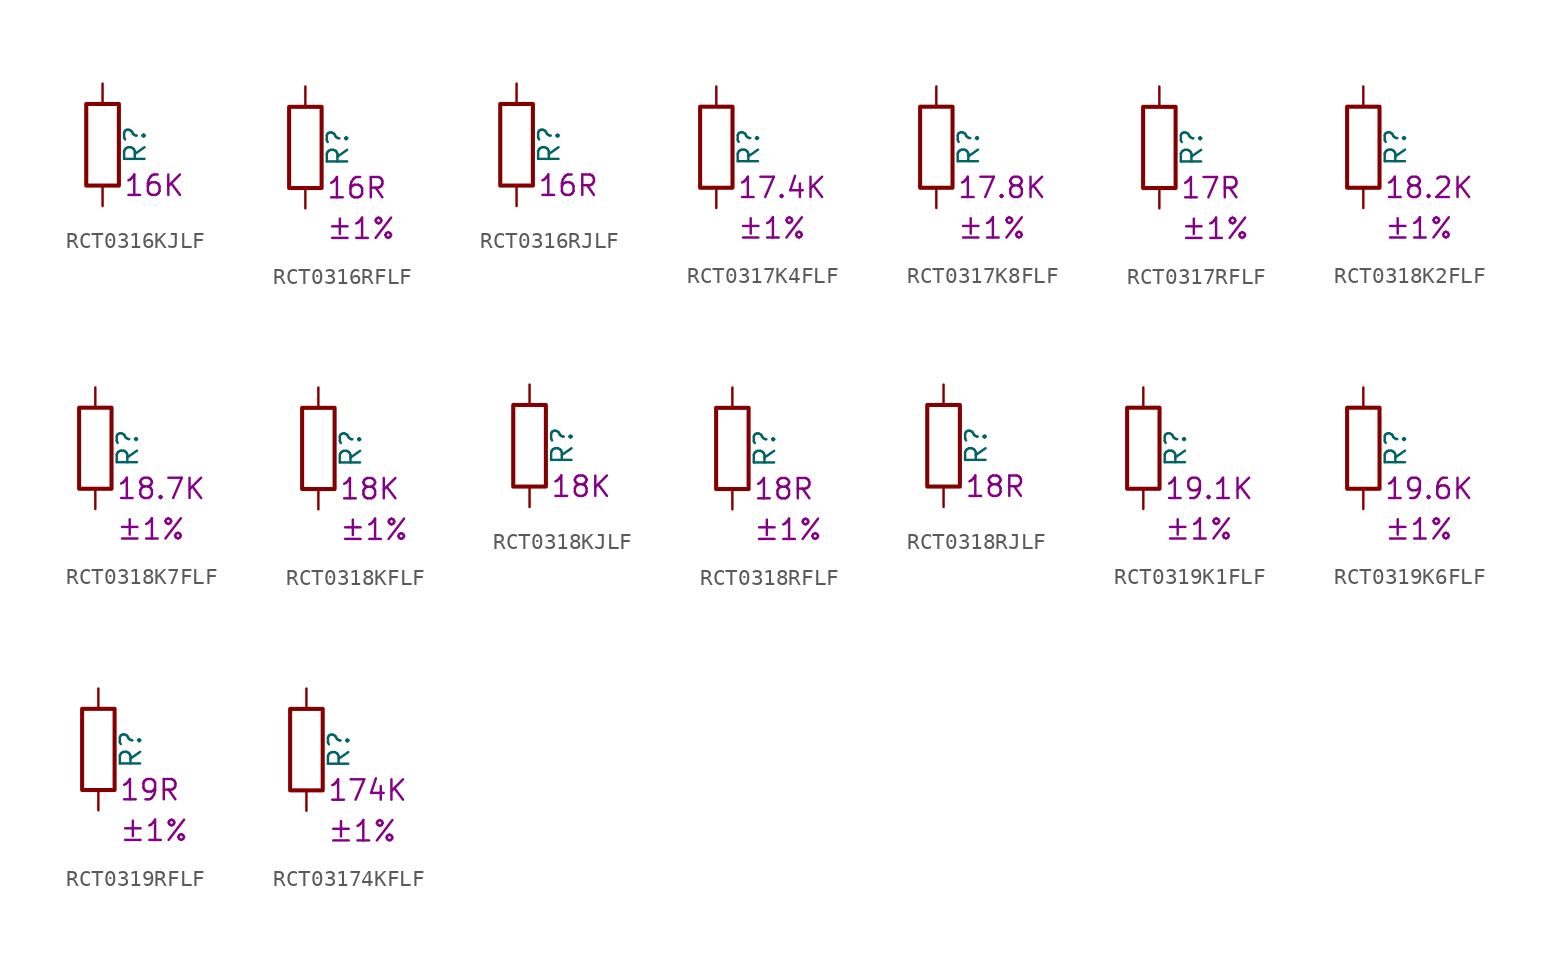
<source format=kicad_sym>
(kicad_symbol_lib
  (version 20220914)
  (generator kicad_symbol_editor)
  (symbol "RCT0316KJLF"
    (pin_numbers hide)
    (pin_names
      (offset 0))
    (property "Reference" "R"
      (at 2.032 0 90)
      (effects (font (size 1.27 1.27))))
    (property "Resistance" "16K"
      (at 1.27 -2.54 0)
      (effects (font (size 1.27 1.27)) (justify left)))
    (symbol "RCT0316KJLF_0_1"
      (rectangle (start -1.016 -2.54) (end 1.016 2.54) (stroke (width 0.254) (type default)) (fill (type none))))
    (symbol "RCT0316KJLF_1_1"
      (pin passive line (at 0 3.81 270) (length 1.27) (name "~" (effects (font (size 1.27 1.27)))) (number "1" (effects (font (size 1.27 1.27)))))
      (pin passive line (at 0 -3.81 90) (length 1.27) (name "~" (effects (font (size 1.27 1.27)))) (number "2" (effects (font (size 1.27 1.27)))))))
  (symbol "RCT0316RFLF"
    (pin_numbers hide)
    (pin_names
      (offset 0))
    (property "Reference" "R"
      (at 2.032 0 90)
      (effects (font (size 1.27 1.27))))
    (property "Resistance" "16R"
      (at 1.27 -2.54 0)
      (effects (font (size 1.27 1.27)) (justify left)))
    (property "Tolerance" "±1%"
      (at 1.27 -5.08 0)
      (effects (font (size 1.27 1.27)) (justify left)))
    (symbol "RCT0316RFLF_0_1"
      (rectangle (start -1.016 -2.54) (end 1.016 2.54) (stroke (width 0.254) (type default)) (fill (type none))))
    (symbol "RCT0316RFLF_1_1"
      (pin passive line (at 0 3.81 270) (length 1.27) (name "~" (effects (font (size 1.27 1.27)))) (number "1" (effects (font (size 1.27 1.27)))))
      (pin passive line (at 0 -3.81 90) (length 1.27) (name "~" (effects (font (size 1.27 1.27)))) (number "2" (effects (font (size 1.27 1.27)))))))
  (symbol "RCT0316RJLF"
    (pin_numbers hide)
    (pin_names
      (offset 0))
    (property "Reference" "R"
      (at 2.032 0 90)
      (effects (font (size 1.27 1.27))))
    (property "Resistance" "16R"
      (at 1.27 -2.54 0)
      (effects (font (size 1.27 1.27)) (justify left)))
    (symbol "RCT0316RJLF_0_1"
      (rectangle (start -1.016 -2.54) (end 1.016 2.54) (stroke (width 0.254) (type default)) (fill (type none))))
    (symbol "RCT0316RJLF_1_1"
      (pin passive line (at 0 3.81 270) (length 1.27) (name "~" (effects (font (size 1.27 1.27)))) (number "1" (effects (font (size 1.27 1.27)))))
      (pin passive line (at 0 -3.81 90) (length 1.27) (name "~" (effects (font (size 1.27 1.27)))) (number "2" (effects (font (size 1.27 1.27)))))))
  (symbol "RCT0317K4FLF"
    (pin_numbers hide)
    (pin_names
      (offset 0))
    (property "Reference" "R"
      (at 2.032 0 90)
      (effects (font (size 1.27 1.27))))
    (property "Resistance" "17.4K"
      (at 1.27 -2.54 0)
      (effects (font (size 1.27 1.27)) (justify left)))
    (property "Tolerance" "±1%"
      (at 1.27 -5.08 0)
      (effects (font (size 1.27 1.27)) (justify left)))
    (symbol "RCT0317K4FLF_0_1"
      (rectangle (start -1.016 -2.54) (end 1.016 2.54) (stroke (width 0.254) (type default)) (fill (type none))))
    (symbol "RCT0317K4FLF_1_1"
      (pin passive line (at 0 3.81 270) (length 1.27) (name "~" (effects (font (size 1.27 1.27)))) (number "1" (effects (font (size 1.27 1.27)))))
      (pin passive line (at 0 -3.81 90) (length 1.27) (name "~" (effects (font (size 1.27 1.27)))) (number "2" (effects (font (size 1.27 1.27)))))))
  (symbol "RCT0317K8FLF"
    (pin_numbers hide)
    (pin_names
      (offset 0))
    (property "Reference" "R"
      (at 2.032 0 90)
      (effects (font (size 1.27 1.27))))
    (property "Resistance" "17.8K"
      (at 1.27 -2.54 0)
      (effects (font (size 1.27 1.27)) (justify left)))
    (property "Tolerance" "±1%"
      (at 1.27 -5.08 0)
      (effects (font (size 1.27 1.27)) (justify left)))
    (symbol "RCT0317K8FLF_0_1"
      (rectangle (start -1.016 -2.54) (end 1.016 2.54) (stroke (width 0.254) (type default)) (fill (type none))))
    (symbol "RCT0317K8FLF_1_1"
      (pin passive line (at 0 3.81 270) (length 1.27) (name "~" (effects (font (size 1.27 1.27)))) (number "1" (effects (font (size 1.27 1.27)))))
      (pin passive line (at 0 -3.81 90) (length 1.27) (name "~" (effects (font (size 1.27 1.27)))) (number "2" (effects (font (size 1.27 1.27)))))))
  (symbol "RCT0317RFLF"
    (pin_numbers hide)
    (pin_names
      (offset 0))
    (property "Reference" "R"
      (at 2.032 0 90)
      (effects (font (size 1.27 1.27))))
    (property "Resistance" "17R"
      (at 1.27 -2.54 0)
      (effects (font (size 1.27 1.27)) (justify left)))
    (property "Tolerance" "±1%"
      (at 1.27 -5.08 0)
      (effects (font (size 1.27 1.27)) (justify left)))
    (symbol "RCT0317RFLF_0_1"
      (rectangle (start -1.016 -2.54) (end 1.016 2.54) (stroke (width 0.254) (type default)) (fill (type none))))
    (symbol "RCT0317RFLF_1_1"
      (pin passive line (at 0 3.81 270) (length 1.27) (name "~" (effects (font (size 1.27 1.27)))) (number "1" (effects (font (size 1.27 1.27)))))
      (pin passive line (at 0 -3.81 90) (length 1.27) (name "~" (effects (font (size 1.27 1.27)))) (number "2" (effects (font (size 1.27 1.27)))))))
  (symbol "RCT0318K2FLF"
    (pin_numbers hide)
    (pin_names
      (offset 0))
    (property "Reference" "R"
      (at 2.032 0 90)
      (effects (font (size 1.27 1.27))))
    (property "Resistance" "18.2K"
      (at 1.27 -2.54 0)
      (effects (font (size 1.27 1.27)) (justify left)))
    (property "Tolerance" "±1%"
      (at 1.27 -5.08 0)
      (effects (font (size 1.27 1.27)) (justify left)))
    (symbol "RCT0318K2FLF_0_1"
      (rectangle (start -1.016 -2.54) (end 1.016 2.54) (stroke (width 0.254) (type default)) (fill (type none))))
    (symbol "RCT0318K2FLF_1_1"
      (pin passive line (at 0 3.81 270) (length 1.27) (name "~" (effects (font (size 1.27 1.27)))) (number "1" (effects (font (size 1.27 1.27)))))
      (pin passive line (at 0 -3.81 90) (length 1.27) (name "~" (effects (font (size 1.27 1.27)))) (number "2" (effects (font (size 1.27 1.27)))))))
  (symbol "RCT0318K7FLF"
    (pin_numbers hide)
    (pin_names
      (offset 0))
    (property "Reference" "R"
      (at 2.032 0 90)
      (effects (font (size 1.27 1.27))))
    (property "Resistance" "18.7K"
      (at 1.27 -2.54 0)
      (effects (font (size 1.27 1.27)) (justify left)))
    (property "Tolerance" "±1%"
      (at 1.27 -5.08 0)
      (effects (font (size 1.27 1.27)) (justify left)))
    (symbol "RCT0318K7FLF_0_1"
      (rectangle (start -1.016 -2.54) (end 1.016 2.54) (stroke (width 0.254) (type default)) (fill (type none))))
    (symbol "RCT0318K7FLF_1_1"
      (pin passive line (at 0 3.81 270) (length 1.27) (name "~" (effects (font (size 1.27 1.27)))) (number "1" (effects (font (size 1.27 1.27)))))
      (pin passive line (at 0 -3.81 90) (length 1.27) (name "~" (effects (font (size 1.27 1.27)))) (number "2" (effects (font (size 1.27 1.27)))))))
  (symbol "RCT0318KFLF"
    (pin_numbers hide)
    (pin_names
      (offset 0))
    (property "Reference" "R"
      (at 2.032 0 90)
      (effects (font (size 1.27 1.27))))
    (property "Resistance" "18K"
      (at 1.27 -2.54 0)
      (effects (font (size 1.27 1.27)) (justify left)))
    (property "Tolerance" "±1%"
      (at 1.27 -5.08 0)
      (effects (font (size 1.27 1.27)) (justify left)))
    (symbol "RCT0318KFLF_0_1"
      (rectangle (start -1.016 -2.54) (end 1.016 2.54) (stroke (width 0.254) (type default)) (fill (type none))))
    (symbol "RCT0318KFLF_1_1"
      (pin passive line (at 0 3.81 270) (length 1.27) (name "~" (effects (font (size 1.27 1.27)))) (number "1" (effects (font (size 1.27 1.27)))))
      (pin passive line (at 0 -3.81 90) (length 1.27) (name "~" (effects (font (size 1.27 1.27)))) (number "2" (effects (font (size 1.27 1.27)))))))
  (symbol "RCT0318KJLF"
    (pin_numbers hide)
    (pin_names
      (offset 0))
    (property "Reference" "R"
      (at 2.032 0 90)
      (effects (font (size 1.27 1.27))))
    (property "Resistance" "18K"
      (at 1.27 -2.54 0)
      (effects (font (size 1.27 1.27)) (justify left)))
    (symbol "RCT0318KJLF_0_1"
      (rectangle (start -1.016 -2.54) (end 1.016 2.54) (stroke (width 0.254) (type default)) (fill (type none))))
    (symbol "RCT0318KJLF_1_1"
      (pin passive line (at 0 3.81 270) (length 1.27) (name "~" (effects (font (size 1.27 1.27)))) (number "1" (effects (font (size 1.27 1.27)))))
      (pin passive line (at 0 -3.81 90) (length 1.27) (name "~" (effects (font (size 1.27 1.27)))) (number "2" (effects (font (size 1.27 1.27)))))))
  (symbol "RCT0318RFLF"
    (pin_numbers hide)
    (pin_names
      (offset 0))
    (property "Reference" "R"
      (at 2.032 0 90)
      (effects (font (size 1.27 1.27))))
    (property "Resistance" "18R"
      (at 1.27 -2.54 0)
      (effects (font (size 1.27 1.27)) (justify left)))
    (property "Tolerance" "±1%"
      (at 1.27 -5.08 0)
      (effects (font (size 1.27 1.27)) (justify left)))
    (symbol "RCT0318RFLF_0_1"
      (rectangle (start -1.016 -2.54) (end 1.016 2.54) (stroke (width 0.254) (type default)) (fill (type none))))
    (symbol "RCT0318RFLF_1_1"
      (pin passive line (at 0 3.81 270) (length 1.27) (name "~" (effects (font (size 1.27 1.27)))) (number "1" (effects (font (size 1.27 1.27)))))
      (pin passive line (at 0 -3.81 90) (length 1.27) (name "~" (effects (font (size 1.27 1.27)))) (number "2" (effects (font (size 1.27 1.27)))))))
  (symbol "RCT0318RJLF"
    (pin_numbers hide)
    (pin_names
      (offset 0))
    (property "Reference" "R"
      (at 2.032 0 90)
      (effects (font (size 1.27 1.27))))
    (property "Resistance" "18R"
      (at 1.27 -2.54 0)
      (effects (font (size 1.27 1.27)) (justify left)))
    (symbol "RCT0318RJLF_0_1"
      (rectangle (start -1.016 -2.54) (end 1.016 2.54) (stroke (width 0.254) (type default)) (fill (type none))))
    (symbol "RCT0318RJLF_1_1"
      (pin passive line (at 0 3.81 270) (length 1.27) (name "~" (effects (font (size 1.27 1.27)))) (number "1" (effects (font (size 1.27 1.27)))))
      (pin passive line (at 0 -3.81 90) (length 1.27) (name "~" (effects (font (size 1.27 1.27)))) (number "2" (effects (font (size 1.27 1.27)))))))
  (symbol "RCT0319K1FLF"
    (pin_numbers hide)
    (pin_names
      (offset 0))
    (property "Reference" "R"
      (at 2.032 0 90)
      (effects (font (size 1.27 1.27))))
    (property "Resistance" "19.1K"
      (at 1.27 -2.54 0)
      (effects (font (size 1.27 1.27)) (justify left)))
    (property "Tolerance" "±1%"
      (at 1.27 -5.08 0)
      (effects (font (size 1.27 1.27)) (justify left)))
    (symbol "RCT0319K1FLF_0_1"
      (rectangle (start -1.016 -2.54) (end 1.016 2.54) (stroke (width 0.254) (type default)) (fill (type none))))
    (symbol "RCT0319K1FLF_1_1"
      (pin passive line (at 0 3.81 270) (length 1.27) (name "~" (effects (font (size 1.27 1.27)))) (number "1" (effects (font (size 1.27 1.27)))))
      (pin passive line (at 0 -3.81 90) (length 1.27) (name "~" (effects (font (size 1.27 1.27)))) (number "2" (effects (font (size 1.27 1.27)))))))
  (symbol "RCT0319K6FLF"
    (pin_numbers hide)
    (pin_names
      (offset 0))
    (property "Reference" "R"
      (at 2.032 0 90)
      (effects (font (size 1.27 1.27))))
    (property "Resistance" "19.6K"
      (at 1.27 -2.54 0)
      (effects (font (size 1.27 1.27)) (justify left)))
    (property "Tolerance" "±1%"
      (at 1.27 -5.08 0)
      (effects (font (size 1.27 1.27)) (justify left)))
    (symbol "RCT0319K6FLF_0_1"
      (rectangle (start -1.016 -2.54) (end 1.016 2.54) (stroke (width 0.254) (type default)) (fill (type none))))
    (symbol "RCT0319K6FLF_1_1"
      (pin passive line (at 0 3.81 270) (length 1.27) (name "~" (effects (font (size 1.27 1.27)))) (number "1" (effects (font (size 1.27 1.27)))))
      (pin passive line (at 0 -3.81 90) (length 1.27) (name "~" (effects (font (size 1.27 1.27)))) (number "2" (effects (font (size 1.27 1.27)))))))
  (symbol "RCT0319RFLF"
    (pin_numbers hide)
    (pin_names
      (offset 0))
    (property "Reference" "R"
      (at 2.032 0 90)
      (effects (font (size 1.27 1.27))))
    (property "Resistance" "19R"
      (at 1.27 -2.54 0)
      (effects (font (size 1.27 1.27)) (justify left)))
    (property "Tolerance" "±1%"
      (at 1.27 -5.08 0)
      (effects (font (size 1.27 1.27)) (justify left)))
    (symbol "RCT0319RFLF_0_1"
      (rectangle (start -1.016 -2.54) (end 1.016 2.54) (stroke (width 0.254) (type default)) (fill (type none))))
    (symbol "RCT0319RFLF_1_1"
      (pin passive line (at 0 3.81 270) (length 1.27) (name "~" (effects (font (size 1.27 1.27)))) (number "1" (effects (font (size 1.27 1.27)))))
      (pin passive line (at 0 -3.81 90) (length 1.27) (name "~" (effects (font (size 1.27 1.27)))) (number "2" (effects (font (size 1.27 1.27)))))))
  (symbol "RCT03174KFLF"
    (pin_numbers hide)
    (pin_names
      (offset 0))
    (property "Reference" "R"
      (at 2.032 0 90)
      (effects (font (size 1.27 1.27))))
    (property "Resistance" "174K"
      (at 1.27 -2.54 0)
      (effects (font (size 1.27 1.27)) (justify left)))
    (property "Tolerance" "±1%"
      (at 1.27 -5.08 0)
      (effects (font (size 1.27 1.27)) (justify left)))
    (symbol "RCT03174KFLF_0_1"
      (rectangle (start -1.016 -2.54) (end 1.016 2.54) (stroke (width 0.254) (type default)) (fill (type none))))
    (symbol "RCT03174KFLF_1_1"
      (pin passive line (at 0 3.81 270) (length 1.27) (name "~" (effects (font (size 1.27 1.27)))) (number "1" (effects (font (size 1.27 1.27)))))
      (pin passive line (at 0 -3.81 90) (length 1.27) (name "~" (effects (font (size 1.27 1.27)))) (number "2" (effects (font (size 1.27 1.27))))))))
</source>
